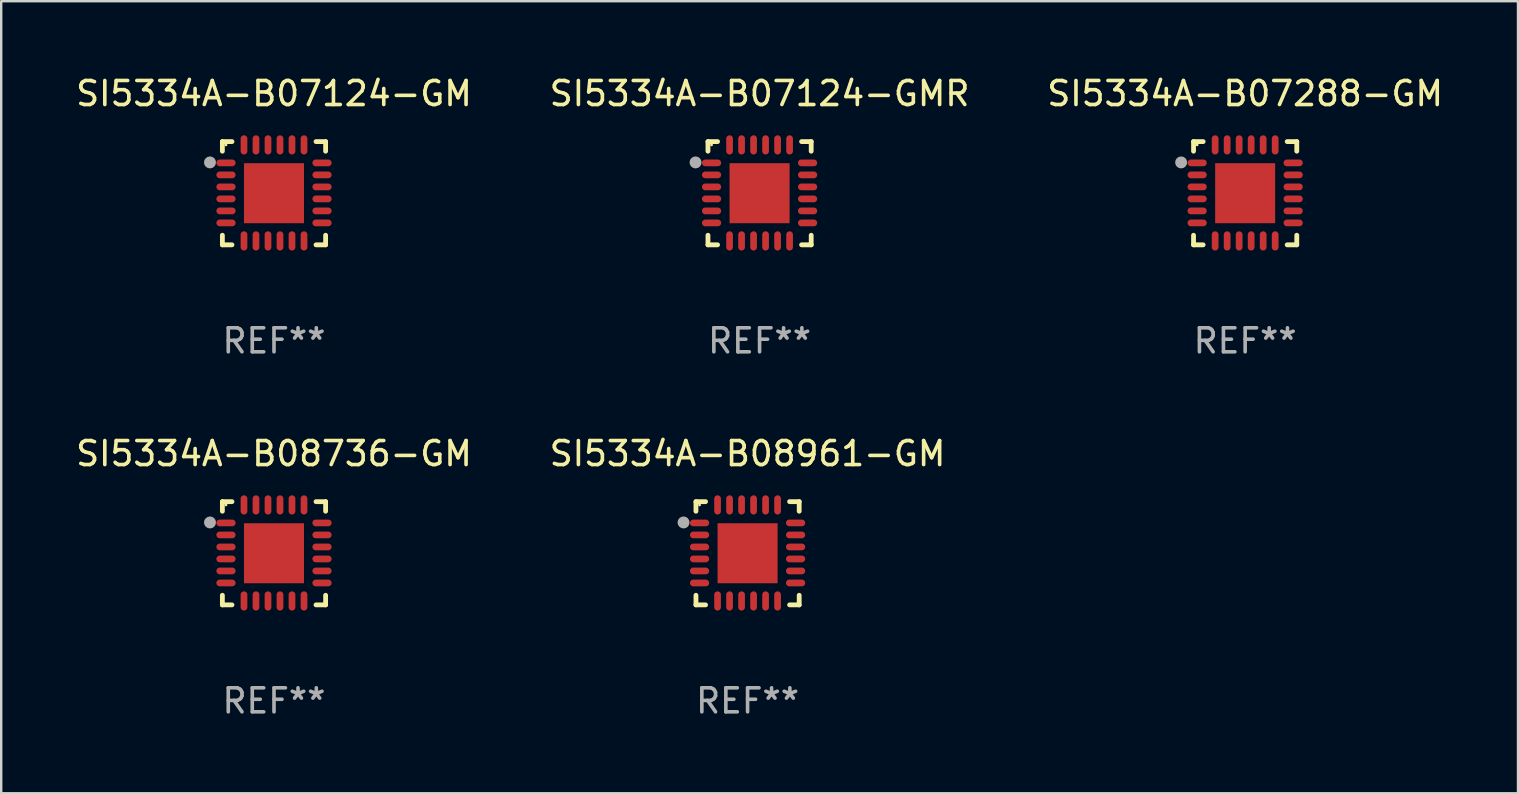
<source format=kicad_pcb>
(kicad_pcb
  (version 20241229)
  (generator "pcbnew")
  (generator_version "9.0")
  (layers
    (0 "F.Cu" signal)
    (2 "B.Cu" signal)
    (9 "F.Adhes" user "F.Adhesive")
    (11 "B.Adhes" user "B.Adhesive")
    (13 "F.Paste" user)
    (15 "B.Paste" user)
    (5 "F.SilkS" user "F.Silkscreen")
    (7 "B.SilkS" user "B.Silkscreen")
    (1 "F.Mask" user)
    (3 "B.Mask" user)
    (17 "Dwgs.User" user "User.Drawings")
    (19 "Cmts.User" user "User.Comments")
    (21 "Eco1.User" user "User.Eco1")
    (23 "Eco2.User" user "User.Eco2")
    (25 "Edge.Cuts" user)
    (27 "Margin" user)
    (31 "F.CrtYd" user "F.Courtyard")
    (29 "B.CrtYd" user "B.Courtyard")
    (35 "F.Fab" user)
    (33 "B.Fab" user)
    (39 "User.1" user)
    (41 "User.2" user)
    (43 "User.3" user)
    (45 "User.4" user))
  (footprint "SI5334A-B08961-GM"
    (layer "F.Cu")
    (at 28.089 19.995)
    (property "Reference" "SI5334A-B08961-GM" (at 0 -4.15 0) (layer "F.SilkS") (effects (font (size 1 1) (thickness 0.15))))
    (attr through_hole)
    (fp_line (start -2.15 -2.15) (end -1.75 -2.15) (stroke (width 0.2) (type solid)) (layer "F.SilkS"))
    (fp_line (start -2.15 -1.75) (end -2.15 -2.15) (stroke (width 0.2) (type solid)) (layer "F.SilkS"))
    (fp_line (start -2.15 2.15) (end -2.15 1.75) (stroke (width 0.2) (type solid)) (layer "F.SilkS"))
    (fp_line (start -1.75 2.15) (end -2.15 2.15) (stroke (width 0.2) (type solid)) (layer "F.SilkS"))
    (fp_line (start 1.75 -2.15) (end 2.15 -2.15) (stroke (width 0.2) (type solid)) (layer "F.SilkS"))
    (fp_line (start 1.75 2.15) (end 2.15 2.15) (stroke (width 0.2) (type solid)) (layer "F.SilkS"))
    (fp_line (start 2.15 -2.15) (end 2.15 -1.75) (stroke (width 0.2) (type solid)) (layer "F.SilkS"))
    (fp_line (start 2.15 2.15) (end 2.15 1.75) (stroke (width 0.2) (type solid)) (layer "F.SilkS"))
    (fp_circle (center -2 -2.013) (end -1.97 -2.013) (stroke (width 0.06) (type solid)) (fill no) (layer "F.SilkS"))
    (fp_circle (center -2.667 -1.283) (end -2.542 -1.283) (stroke (width 0.25) (type solid)) (fill no) (layer "F.Fab"))
    (fp_text user "REF**" (at 0 6.15 0) (layer "F.Fab") (effects (font (size 1 1) (thickness 0.15))))
    (pad "1" smd oval (at -2 -1.263) (size 0.8 0.28) (layers "F.Cu" "F.Mask" "F.Paste"))
    (pad "2" smd oval (at -2 -0.763) (size 0.8 0.28) (layers "F.Cu" "F.Mask" "F.Paste"))
    (pad "3" smd oval (at -2 -0.263) (size 0.8 0.28) (layers "F.Cu" "F.Mask" "F.Paste"))
    (pad "4" smd oval (at -2 0.237) (size 0.8 0.28) (layers "F.Cu" "F.Mask" "F.Paste"))
    (pad "5" smd oval (at -2 0.737) (size 0.8 0.28) (layers "F.Cu" "F.Mask" "F.Paste"))
    (pad "6" smd oval (at -2 1.237) (size 0.8 0.28) (layers "F.Cu" "F.Mask" "F.Paste"))
    (pad "7" smd oval (at -1.25 1.987) (size 0.28 0.8) (layers "F.Cu" "F.Mask" "F.Paste"))
    (pad "8" smd oval (at -0.75 1.987) (size 0.28 0.8) (layers "F.Cu" "F.Mask" "F.Paste"))
    (pad "9" smd oval (at -0.25 1.987) (size 0.28 0.8) (layers "F.Cu" "F.Mask" "F.Paste"))
    (pad "10" smd oval (at 0.25 1.987) (size 0.28 0.8) (layers "F.Cu" "F.Mask" "F.Paste"))
    (pad "11" smd oval (at 0.75 1.987) (size 0.28 0.8) (layers "F.Cu" "F.Mask" "F.Paste"))
    (pad "12" smd oval (at 1.25 1.987) (size 0.28 0.8) (layers "F.Cu" "F.Mask" "F.Paste"))
    (pad "13" smd oval (at 2 1.237) (size 0.8 0.28) (layers "F.Cu" "F.Mask" "F.Paste"))
    (pad "14" smd oval (at 2 0.737) (size 0.8 0.28) (layers "F.Cu" "F.Mask" "F.Paste"))
    (pad "15" smd oval (at 2 0.237) (size 0.8 0.28) (layers "F.Cu" "F.Mask" "F.Paste"))
    (pad "16" smd oval (at 2 -0.263) (size 0.8 0.28) (layers "F.Cu" "F.Mask" "F.Paste"))
    (pad "17" smd oval (at 2 -0.763) (size 0.8 0.28) (layers "F.Cu" "F.Mask" "F.Paste"))
    (pad "18" smd oval (at 2 -1.263) (size 0.8 0.28) (layers "F.Cu" "F.Mask" "F.Paste"))
    (pad "19" smd oval (at 1.25 -2.013) (size 0.28 0.8) (layers "F.Cu" "F.Mask" "F.Paste"))
    (pad "20" smd oval (at 0.75 -2.013) (size 0.28 0.8) (layers "F.Cu" "F.Mask" "F.Paste"))
    (pad "21" smd oval (at 0.25 -2.013) (size 0.28 0.8) (layers "F.Cu" "F.Mask" "F.Paste"))
    (pad "22" smd oval (at -0.25 -2.013) (size 0.28 0.8) (layers "F.Cu" "F.Mask" "F.Paste"))
    (pad "23" smd oval (at -0.75 -2.013) (size 0.28 0.8) (layers "F.Cu" "F.Mask" "F.Paste"))
    (pad "24" smd oval (at -1.25 -2.013) (size 0.28 0.8) (layers "F.Cu" "F.Mask" "F.Paste"))
    (pad "25" smd rect (at -0.000127 -0.00014) (size 2.5 2.5) (layers "F.Cu" "F.Mask" "F.Paste")))
  (footprint "SI5334A-B07124-GMR"
    (layer "F.Cu")
    (at 28.589 4.998)
    (property "Reference" "SI5334A-B07124-GMR" (at 0 -4.15 0) (layer "F.SilkS") (effects (font (size 1 1) (thickness 0.15))))
    (attr through_hole)
    (fp_line (start -2.15 -2.15) (end -1.75 -2.15) (stroke (width 0.2) (type solid)) (layer "F.SilkS"))
    (fp_line (start -2.15 -1.75) (end -2.15 -2.15) (stroke (width 0.2) (type solid)) (layer "F.SilkS"))
    (fp_line (start -2.15 2.15) (end -2.15 1.75) (stroke (width 0.2) (type solid)) (layer "F.SilkS"))
    (fp_line (start -1.75 2.15) (end -2.15 2.15) (stroke (width 0.2) (type solid)) (layer "F.SilkS"))
    (fp_line (start 1.75 -2.15) (end 2.15 -2.15) (stroke (width 0.2) (type solid)) (layer "F.SilkS"))
    (fp_line (start 1.75 2.15) (end 2.15 2.15) (stroke (width 0.2) (type solid)) (layer "F.SilkS"))
    (fp_line (start 2.15 -2.15) (end 2.15 -1.75) (stroke (width 0.2) (type solid)) (layer "F.SilkS"))
    (fp_line (start 2.15 2.15) (end 2.15 1.75) (stroke (width 0.2) (type solid)) (layer "F.SilkS"))
    (fp_circle (center -2 -2.013) (end -1.97 -2.013) (stroke (width 0.06) (type solid)) (fill no) (layer "F.SilkS"))
    (fp_circle (center -2.667 -1.283) (end -2.542 -1.283) (stroke (width 0.25) (type solid)) (fill no) (layer "F.Fab"))
    (fp_text user "REF**" (at 0 6.15 0) (layer "F.Fab") (effects (font (size 1 1) (thickness 0.15))))
    (pad "1" smd oval (at -2 -1.263) (size 0.8 0.28) (layers "F.Cu" "F.Mask" "F.Paste"))
    (pad "2" smd oval (at -2 -0.763) (size 0.8 0.28) (layers "F.Cu" "F.Mask" "F.Paste"))
    (pad "3" smd oval (at -2 -0.263) (size 0.8 0.28) (layers "F.Cu" "F.Mask" "F.Paste"))
    (pad "4" smd oval (at -2 0.237) (size 0.8 0.28) (layers "F.Cu" "F.Mask" "F.Paste"))
    (pad "5" smd oval (at -2 0.737) (size 0.8 0.28) (layers "F.Cu" "F.Mask" "F.Paste"))
    (pad "6" smd oval (at -2 1.237) (size 0.8 0.28) (layers "F.Cu" "F.Mask" "F.Paste"))
    (pad "7" smd oval (at -1.25 1.987) (size 0.28 0.8) (layers "F.Cu" "F.Mask" "F.Paste"))
    (pad "8" smd oval (at -0.75 1.987) (size 0.28 0.8) (layers "F.Cu" "F.Mask" "F.Paste"))
    (pad "9" smd oval (at -0.25 1.987) (size 0.28 0.8) (layers "F.Cu" "F.Mask" "F.Paste"))
    (pad "10" smd oval (at 0.25 1.987) (size 0.28 0.8) (layers "F.Cu" "F.Mask" "F.Paste"))
    (pad "11" smd oval (at 0.75 1.987) (size 0.28 0.8) (layers "F.Cu" "F.Mask" "F.Paste"))
    (pad "12" smd oval (at 1.25 1.987) (size 0.28 0.8) (layers "F.Cu" "F.Mask" "F.Paste"))
    (pad "13" smd oval (at 2 1.237) (size 0.8 0.28) (layers "F.Cu" "F.Mask" "F.Paste"))
    (pad "14" smd oval (at 2 0.737) (size 0.8 0.28) (layers "F.Cu" "F.Mask" "F.Paste"))
    (pad "15" smd oval (at 2 0.237) (size 0.8 0.28) (layers "F.Cu" "F.Mask" "F.Paste"))
    (pad "16" smd oval (at 2 -0.263) (size 0.8 0.28) (layers "F.Cu" "F.Mask" "F.Paste"))
    (pad "17" smd oval (at 2 -0.763) (size 0.8 0.28) (layers "F.Cu" "F.Mask" "F.Paste"))
    (pad "18" smd oval (at 2 -1.263) (size 0.8 0.28) (layers "F.Cu" "F.Mask" "F.Paste"))
    (pad "19" smd oval (at 1.25 -2.013) (size 0.28 0.8) (layers "F.Cu" "F.Mask" "F.Paste"))
    (pad "20" smd oval (at 0.75 -2.013) (size 0.28 0.8) (layers "F.Cu" "F.Mask" "F.Paste"))
    (pad "21" smd oval (at 0.25 -2.013) (size 0.28 0.8) (layers "F.Cu" "F.Mask" "F.Paste"))
    (pad "22" smd oval (at -0.25 -2.013) (size 0.28 0.8) (layers "F.Cu" "F.Mask" "F.Paste"))
    (pad "23" smd oval (at -0.75 -2.013) (size 0.28 0.8) (layers "F.Cu" "F.Mask" "F.Paste"))
    (pad "24" smd oval (at -1.25 -2.013) (size 0.28 0.8) (layers "F.Cu" "F.Mask" "F.Paste"))
    (pad "25" smd rect (at -0.000127 -0.00014) (size 2.5 2.5) (layers "F.Cu" "F.Mask" "F.Paste")))
  (footprint "SI5334A-B07288-GM"
    (layer "F.Cu")
    (at 48.815 4.998)
    (property "Reference" "SI5334A-B07288-GM" (at 0 -4.15 0) (layer "F.SilkS") (effects (font (size 1 1) (thickness 0.15))))
    (attr through_hole)
    (fp_line (start -2.15 -2.15) (end -1.75 -2.15) (stroke (width 0.2) (type solid)) (layer "F.SilkS"))
    (fp_line (start -2.15 -1.75) (end -2.15 -2.15) (stroke (width 0.2) (type solid)) (layer "F.SilkS"))
    (fp_line (start -2.15 2.15) (end -2.15 1.75) (stroke (width 0.2) (type solid)) (layer "F.SilkS"))
    (fp_line (start -1.75 2.15) (end -2.15 2.15) (stroke (width 0.2) (type solid)) (layer "F.SilkS"))
    (fp_line (start 1.75 -2.15) (end 2.15 -2.15) (stroke (width 0.2) (type solid)) (layer "F.SilkS"))
    (fp_line (start 1.75 2.15) (end 2.15 2.15) (stroke (width 0.2) (type solid)) (layer "F.SilkS"))
    (fp_line (start 2.15 -2.15) (end 2.15 -1.75) (stroke (width 0.2) (type solid)) (layer "F.SilkS"))
    (fp_line (start 2.15 2.15) (end 2.15 1.75) (stroke (width 0.2) (type solid)) (layer "F.SilkS"))
    (fp_circle (center -2 -2.013) (end -1.97 -2.013) (stroke (width 0.06) (type solid)) (fill no) (layer "F.SilkS"))
    (fp_circle (center -2.667 -1.283) (end -2.542 -1.283) (stroke (width 0.25) (type solid)) (fill no) (layer "F.Fab"))
    (fp_text user "REF**" (at 0 6.15 0) (layer "F.Fab") (effects (font (size 1 1) (thickness 0.15))))
    (pad "1" smd oval (at -2 -1.263) (size 0.8 0.28) (layers "F.Cu" "F.Mask" "F.Paste"))
    (pad "2" smd oval (at -2 -0.763) (size 0.8 0.28) (layers "F.Cu" "F.Mask" "F.Paste"))
    (pad "3" smd oval (at -2 -0.263) (size 0.8 0.28) (layers "F.Cu" "F.Mask" "F.Paste"))
    (pad "4" smd oval (at -2 0.237) (size 0.8 0.28) (layers "F.Cu" "F.Mask" "F.Paste"))
    (pad "5" smd oval (at -2 0.737) (size 0.8 0.28) (layers "F.Cu" "F.Mask" "F.Paste"))
    (pad "6" smd oval (at -2 1.237) (size 0.8 0.28) (layers "F.Cu" "F.Mask" "F.Paste"))
    (pad "7" smd oval (at -1.25 1.987) (size 0.28 0.8) (layers "F.Cu" "F.Mask" "F.Paste"))
    (pad "8" smd oval (at -0.75 1.987) (size 0.28 0.8) (layers "F.Cu" "F.Mask" "F.Paste"))
    (pad "9" smd oval (at -0.25 1.987) (size 0.28 0.8) (layers "F.Cu" "F.Mask" "F.Paste"))
    (pad "10" smd oval (at 0.25 1.987) (size 0.28 0.8) (layers "F.Cu" "F.Mask" "F.Paste"))
    (pad "11" smd oval (at 0.75 1.987) (size 0.28 0.8) (layers "F.Cu" "F.Mask" "F.Paste"))
    (pad "12" smd oval (at 1.25 1.987) (size 0.28 0.8) (layers "F.Cu" "F.Mask" "F.Paste"))
    (pad "13" smd oval (at 2 1.237) (size 0.8 0.28) (layers "F.Cu" "F.Mask" "F.Paste"))
    (pad "14" smd oval (at 2 0.737) (size 0.8 0.28) (layers "F.Cu" "F.Mask" "F.Paste"))
    (pad "15" smd oval (at 2 0.237) (size 0.8 0.28) (layers "F.Cu" "F.Mask" "F.Paste"))
    (pad "16" smd oval (at 2 -0.263) (size 0.8 0.28) (layers "F.Cu" "F.Mask" "F.Paste"))
    (pad "17" smd oval (at 2 -0.763) (size 0.8 0.28) (layers "F.Cu" "F.Mask" "F.Paste"))
    (pad "18" smd oval (at 2 -1.263) (size 0.8 0.28) (layers "F.Cu" "F.Mask" "F.Paste"))
    (pad "19" smd oval (at 1.25 -2.013) (size 0.28 0.8) (layers "F.Cu" "F.Mask" "F.Paste"))
    (pad "20" smd oval (at 0.75 -2.013) (size 0.28 0.8) (layers "F.Cu" "F.Mask" "F.Paste"))
    (pad "21" smd oval (at 0.25 -2.013) (size 0.28 0.8) (layers "F.Cu" "F.Mask" "F.Paste"))
    (pad "22" smd oval (at -0.25 -2.013) (size 0.28 0.8) (layers "F.Cu" "F.Mask" "F.Paste"))
    (pad "23" smd oval (at -0.75 -2.013) (size 0.28 0.8) (layers "F.Cu" "F.Mask" "F.Paste"))
    (pad "24" smd oval (at -1.25 -2.013) (size 0.28 0.8) (layers "F.Cu" "F.Mask" "F.Paste"))
    (pad "25" smd rect (at -0.000127 -0.00014) (size 2.5 2.5) (layers "F.Cu" "F.Mask" "F.Paste")))
  (footprint "SI5334A-B08736-GM"
    (layer "F.Cu")
    (at 8.363 19.995)
    (property "Reference" "SI5334A-B08736-GM" (at 0 -4.15 0) (layer "F.SilkS") (effects (font (size 1 1) (thickness 0.15))))
    (attr through_hole)
    (fp_line (start -2.15 -2.15) (end -1.75 -2.15) (stroke (width 0.2) (type solid)) (layer "F.SilkS"))
    (fp_line (start -2.15 -1.75) (end -2.15 -2.15) (stroke (width 0.2) (type solid)) (layer "F.SilkS"))
    (fp_line (start -2.15 2.15) (end -2.15 1.75) (stroke (width 0.2) (type solid)) (layer "F.SilkS"))
    (fp_line (start -1.75 2.15) (end -2.15 2.15) (stroke (width 0.2) (type solid)) (layer "F.SilkS"))
    (fp_line (start 1.75 -2.15) (end 2.15 -2.15) (stroke (width 0.2) (type solid)) (layer "F.SilkS"))
    (fp_line (start 1.75 2.15) (end 2.15 2.15) (stroke (width 0.2) (type solid)) (layer "F.SilkS"))
    (fp_line (start 2.15 -2.15) (end 2.15 -1.75) (stroke (width 0.2) (type solid)) (layer "F.SilkS"))
    (fp_line (start 2.15 2.15) (end 2.15 1.75) (stroke (width 0.2) (type solid)) (layer "F.SilkS"))
    (fp_circle (center -2 -2.013) (end -1.97 -2.013) (stroke (width 0.06) (type solid)) (fill no) (layer "F.SilkS"))
    (fp_circle (center -2.667 -1.283) (end -2.542 -1.283) (stroke (width 0.25) (type solid)) (fill no) (layer "F.Fab"))
    (fp_text user "REF**" (at 0 6.15 0) (layer "F.Fab") (effects (font (size 1 1) (thickness 0.15))))
    (pad "1" smd oval (at -2 -1.263) (size 0.8 0.28) (layers "F.Cu" "F.Mask" "F.Paste"))
    (pad "2" smd oval (at -2 -0.763) (size 0.8 0.28) (layers "F.Cu" "F.Mask" "F.Paste"))
    (pad "3" smd oval (at -2 -0.263) (size 0.8 0.28) (layers "F.Cu" "F.Mask" "F.Paste"))
    (pad "4" smd oval (at -2 0.237) (size 0.8 0.28) (layers "F.Cu" "F.Mask" "F.Paste"))
    (pad "5" smd oval (at -2 0.737) (size 0.8 0.28) (layers "F.Cu" "F.Mask" "F.Paste"))
    (pad "6" smd oval (at -2 1.237) (size 0.8 0.28) (layers "F.Cu" "F.Mask" "F.Paste"))
    (pad "7" smd oval (at -1.25 1.987) (size 0.28 0.8) (layers "F.Cu" "F.Mask" "F.Paste"))
    (pad "8" smd oval (at -0.75 1.987) (size 0.28 0.8) (layers "F.Cu" "F.Mask" "F.Paste"))
    (pad "9" smd oval (at -0.25 1.987) (size 0.28 0.8) (layers "F.Cu" "F.Mask" "F.Paste"))
    (pad "10" smd oval (at 0.25 1.987) (size 0.28 0.8) (layers "F.Cu" "F.Mask" "F.Paste"))
    (pad "11" smd oval (at 0.75 1.987) (size 0.28 0.8) (layers "F.Cu" "F.Mask" "F.Paste"))
    (pad "12" smd oval (at 1.25 1.987) (size 0.28 0.8) (layers "F.Cu" "F.Mask" "F.Paste"))
    (pad "13" smd oval (at 2 1.237) (size 0.8 0.28) (layers "F.Cu" "F.Mask" "F.Paste"))
    (pad "14" smd oval (at 2 0.737) (size 0.8 0.28) (layers "F.Cu" "F.Mask" "F.Paste"))
    (pad "15" smd oval (at 2 0.237) (size 0.8 0.28) (layers "F.Cu" "F.Mask" "F.Paste"))
    (pad "16" smd oval (at 2 -0.263) (size 0.8 0.28) (layers "F.Cu" "F.Mask" "F.Paste"))
    (pad "17" smd oval (at 2 -0.763) (size 0.8 0.28) (layers "F.Cu" "F.Mask" "F.Paste"))
    (pad "18" smd oval (at 2 -1.263) (size 0.8 0.28) (layers "F.Cu" "F.Mask" "F.Paste"))
    (pad "19" smd oval (at 1.25 -2.013) (size 0.28 0.8) (layers "F.Cu" "F.Mask" "F.Paste"))
    (pad "20" smd oval (at 0.75 -2.013) (size 0.28 0.8) (layers "F.Cu" "F.Mask" "F.Paste"))
    (pad "21" smd oval (at 0.25 -2.013) (size 0.28 0.8) (layers "F.Cu" "F.Mask" "F.Paste"))
    (pad "22" smd oval (at -0.25 -2.013) (size 0.28 0.8) (layers "F.Cu" "F.Mask" "F.Paste"))
    (pad "23" smd oval (at -0.75 -2.013) (size 0.28 0.8) (layers "F.Cu" "F.Mask" "F.Paste"))
    (pad "24" smd oval (at -1.25 -2.013) (size 0.28 0.8) (layers "F.Cu" "F.Mask" "F.Paste"))
    (pad "25" smd rect (at -0.000127 -0.00014) (size 2.5 2.5) (layers "F.Cu" "F.Mask" "F.Paste")))
  (footprint "SI5334A-B07124-GM"
    (layer "F.Cu")
    (at 8.363 4.998)
    (property "Reference" "SI5334A-B07124-GM" (at 0 -4.15 0) (layer "F.SilkS") (effects (font (size 1 1) (thickness 0.15))))
    (attr through_hole)
    (fp_line (start -2.15 -2.15) (end -1.75 -2.15) (stroke (width 0.2) (type solid)) (layer "F.SilkS"))
    (fp_line (start -2.15 -1.75) (end -2.15 -2.15) (stroke (width 0.2) (type solid)) (layer "F.SilkS"))
    (fp_line (start -2.15 2.15) (end -2.15 1.75) (stroke (width 0.2) (type solid)) (layer "F.SilkS"))
    (fp_line (start -1.75 2.15) (end -2.15 2.15) (stroke (width 0.2) (type solid)) (layer "F.SilkS"))
    (fp_line (start 1.75 -2.15) (end 2.15 -2.15) (stroke (width 0.2) (type solid)) (layer "F.SilkS"))
    (fp_line (start 1.75 2.15) (end 2.15 2.15) (stroke (width 0.2) (type solid)) (layer "F.SilkS"))
    (fp_line (start 2.15 -2.15) (end 2.15 -1.75) (stroke (width 0.2) (type solid)) (layer "F.SilkS"))
    (fp_line (start 2.15 2.15) (end 2.15 1.75) (stroke (width 0.2) (type solid)) (layer "F.SilkS"))
    (fp_circle (center -2 -2.013) (end -1.97 -2.013) (stroke (width 0.06) (type solid)) (fill no) (layer "F.SilkS"))
    (fp_circle (center -2.667 -1.283) (end -2.542 -1.283) (stroke (width 0.25) (type solid)) (fill no) (layer "F.Fab"))
    (fp_text user "REF**" (at 0 6.15 0) (layer "F.Fab") (effects (font (size 1 1) (thickness 0.15))))
    (pad "1" smd oval (at -2 -1.263) (size 0.8 0.28) (layers "F.Cu" "F.Mask" "F.Paste"))
    (pad "2" smd oval (at -2 -0.763) (size 0.8 0.28) (layers "F.Cu" "F.Mask" "F.Paste"))
    (pad "3" smd oval (at -2 -0.263) (size 0.8 0.28) (layers "F.Cu" "F.Mask" "F.Paste"))
    (pad "4" smd oval (at -2 0.237) (size 0.8 0.28) (layers "F.Cu" "F.Mask" "F.Paste"))
    (pad "5" smd oval (at -2 0.737) (size 0.8 0.28) (layers "F.Cu" "F.Mask" "F.Paste"))
    (pad "6" smd oval (at -2 1.237) (size 0.8 0.28) (layers "F.Cu" "F.Mask" "F.Paste"))
    (pad "7" smd oval (at -1.25 1.987) (size 0.28 0.8) (layers "F.Cu" "F.Mask" "F.Paste"))
    (pad "8" smd oval (at -0.75 1.987) (size 0.28 0.8) (layers "F.Cu" "F.Mask" "F.Paste"))
    (pad "9" smd oval (at -0.25 1.987) (size 0.28 0.8) (layers "F.Cu" "F.Mask" "F.Paste"))
    (pad "10" smd oval (at 0.25 1.987) (size 0.28 0.8) (layers "F.Cu" "F.Mask" "F.Paste"))
    (pad "11" smd oval (at 0.75 1.987) (size 0.28 0.8) (layers "F.Cu" "F.Mask" "F.Paste"))
    (pad "12" smd oval (at 1.25 1.987) (size 0.28 0.8) (layers "F.Cu" "F.Mask" "F.Paste"))
    (pad "13" smd oval (at 2 1.237) (size 0.8 0.28) (layers "F.Cu" "F.Mask" "F.Paste"))
    (pad "14" smd oval (at 2 0.737) (size 0.8 0.28) (layers "F.Cu" "F.Mask" "F.Paste"))
    (pad "15" smd oval (at 2 0.237) (size 0.8 0.28) (layers "F.Cu" "F.Mask" "F.Paste"))
    (pad "16" smd oval (at 2 -0.263) (size 0.8 0.28) (layers "F.Cu" "F.Mask" "F.Paste"))
    (pad "17" smd oval (at 2 -0.763) (size 0.8 0.28) (layers "F.Cu" "F.Mask" "F.Paste"))
    (pad "18" smd oval (at 2 -1.263) (size 0.8 0.28) (layers "F.Cu" "F.Mask" "F.Paste"))
    (pad "19" smd oval (at 1.25 -2.013) (size 0.28 0.8) (layers "F.Cu" "F.Mask" "F.Paste"))
    (pad "20" smd oval (at 0.75 -2.013) (size 0.28 0.8) (layers "F.Cu" "F.Mask" "F.Paste"))
    (pad "21" smd oval (at 0.25 -2.013) (size 0.28 0.8) (layers "F.Cu" "F.Mask" "F.Paste"))
    (pad "22" smd oval (at -0.25 -2.013) (size 0.28 0.8) (layers "F.Cu" "F.Mask" "F.Paste"))
    (pad "23" smd oval (at -0.75 -2.013) (size 0.28 0.8) (layers "F.Cu" "F.Mask" "F.Paste"))
    (pad "24" smd oval (at -1.25 -2.013) (size 0.28 0.8) (layers "F.Cu" "F.Mask" "F.Paste"))
    (pad "25" smd rect (at -0.000127 -0.00014) (size 2.5 2.5) (layers "F.Cu" "F.Mask" "F.Paste")))
  (gr_rect
    (start -3 -3)
    (end 60.179 29.993)
    (stroke (width 0.1) (type default))
    (fill no)
    (layer "Edge.Cuts")))
</source>
